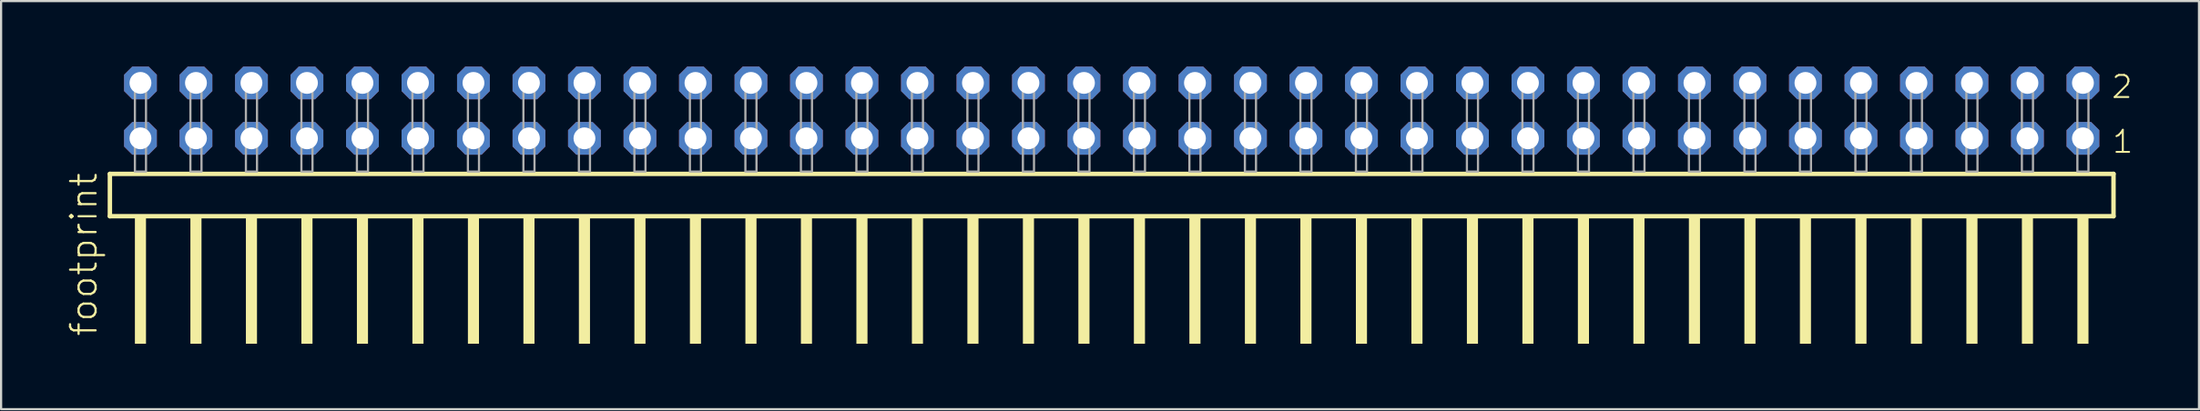
<source format=kicad_pcb>
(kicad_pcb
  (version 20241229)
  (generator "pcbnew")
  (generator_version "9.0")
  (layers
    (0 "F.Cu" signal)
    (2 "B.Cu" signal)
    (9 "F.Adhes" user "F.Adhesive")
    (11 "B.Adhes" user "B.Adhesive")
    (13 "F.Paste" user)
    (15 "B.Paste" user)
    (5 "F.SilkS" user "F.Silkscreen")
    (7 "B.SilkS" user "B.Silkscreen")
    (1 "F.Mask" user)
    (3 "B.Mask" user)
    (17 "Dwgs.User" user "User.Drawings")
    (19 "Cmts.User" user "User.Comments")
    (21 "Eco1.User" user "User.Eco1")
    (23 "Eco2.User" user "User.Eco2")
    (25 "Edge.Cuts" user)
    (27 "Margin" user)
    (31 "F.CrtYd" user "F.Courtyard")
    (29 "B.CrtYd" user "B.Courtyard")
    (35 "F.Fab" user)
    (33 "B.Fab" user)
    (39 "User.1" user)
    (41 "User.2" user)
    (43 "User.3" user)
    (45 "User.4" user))
  (footprint "footprint"
    (layer "F.Cu")
    (at 47.828 4.814)
    (property "Reference" "footprint" (at -46.355 7.62 90) (layer "F.SilkS") (effects (font (size 1.168 1.168) (thickness 0.102)) (justify left bottom)))
    (fp_line (start -45.849 0.106) (end -45.849 2.046) (stroke (width 0.203) (type solid)) (layer "F.SilkS"))
    (fp_line (start -45.849 2.046) (end 45.849 2.046) (stroke (width 0.203) (type solid)) (layer "F.SilkS"))
    (fp_line (start 45.849 0.106) (end -45.849 0.106) (stroke (width 0.203) (type solid)) (layer "F.SilkS"))
    (fp_line (start 45.849 2.046) (end 45.849 0.106) (stroke (width 0.203) (type solid)) (layer "F.SilkS"))
    (fp_poly (pts (xy -44.704 7.89) (xy -44.196 7.89) (xy -44.196 2.04) (xy -44.704 2.04)) (stroke (width 0) (type solid)) (fill yes) (layer "F.SilkS"))
    (fp_poly (pts (xy -42.164 7.89) (xy -41.656 7.89) (xy -41.656 2.04) (xy -42.164 2.04)) (stroke (width 0) (type solid)) (fill yes) (layer "F.SilkS"))
    (fp_poly (pts (xy -39.624 7.89) (xy -39.116 7.89) (xy -39.116 2.04) (xy -39.624 2.04)) (stroke (width 0) (type solid)) (fill yes) (layer "F.SilkS"))
    (fp_poly (pts (xy -37.084 7.89) (xy -36.576 7.89) (xy -36.576 2.04) (xy -37.084 2.04)) (stroke (width 0) (type solid)) (fill yes) (layer "F.SilkS"))
    (fp_poly (pts (xy -34.544 7.89) (xy -34.036 7.89) (xy -34.036 2.04) (xy -34.544 2.04)) (stroke (width 0) (type solid)) (fill yes) (layer "F.SilkS"))
    (fp_poly (pts (xy -32.004 7.89) (xy -31.496 7.89) (xy -31.496 2.04) (xy -32.004 2.04)) (stroke (width 0) (type solid)) (fill yes) (layer "F.SilkS"))
    (fp_poly (pts (xy -29.464 7.89) (xy -28.956 7.89) (xy -28.956 2.04) (xy -29.464 2.04)) (stroke (width 0) (type solid)) (fill yes) (layer "F.SilkS"))
    (fp_poly (pts (xy -26.924 7.89) (xy -26.416 7.89) (xy -26.416 2.04) (xy -26.924 2.04)) (stroke (width 0) (type solid)) (fill yes) (layer "F.SilkS"))
    (fp_poly (pts (xy -24.384 7.89) (xy -23.876 7.89) (xy -23.876 2.04) (xy -24.384 2.04)) (stroke (width 0) (type solid)) (fill yes) (layer "F.SilkS"))
    (fp_poly (pts (xy -21.844 7.89) (xy -21.336 7.89) (xy -21.336 2.04) (xy -21.844 2.04)) (stroke (width 0) (type solid)) (fill yes) (layer "F.SilkS"))
    (fp_poly (pts (xy -19.304 7.89) (xy -18.796 7.89) (xy -18.796 2.04) (xy -19.304 2.04)) (stroke (width 0) (type solid)) (fill yes) (layer "F.SilkS"))
    (fp_poly (pts (xy -16.764 7.89) (xy -16.256 7.89) (xy -16.256 2.04) (xy -16.764 2.04)) (stroke (width 0) (type solid)) (fill yes) (layer "F.SilkS"))
    (fp_poly (pts (xy -14.224 7.89) (xy -13.716 7.89) (xy -13.716 2.04) (xy -14.224 2.04)) (stroke (width 0) (type solid)) (fill yes) (layer "F.SilkS"))
    (fp_poly (pts (xy -11.684 7.89) (xy -11.176 7.89) (xy -11.176 2.04) (xy -11.684 2.04)) (stroke (width 0) (type solid)) (fill yes) (layer "F.SilkS"))
    (fp_poly (pts (xy -9.144 7.89) (xy -8.636 7.89) (xy -8.636 2.04) (xy -9.144 2.04)) (stroke (width 0) (type solid)) (fill yes) (layer "F.SilkS"))
    (fp_poly (pts (xy -6.604 7.89) (xy -6.096 7.89) (xy -6.096 2.04) (xy -6.604 2.04)) (stroke (width 0) (type solid)) (fill yes) (layer "F.SilkS"))
    (fp_poly (pts (xy -4.064 7.89) (xy -3.556 7.89) (xy -3.556 2.04) (xy -4.064 2.04)) (stroke (width 0) (type solid)) (fill yes) (layer "F.SilkS"))
    (fp_poly (pts (xy -1.524 7.89) (xy -1.016 7.89) (xy -1.016 2.04) (xy -1.524 2.04)) (stroke (width 0) (type solid)) (fill yes) (layer "F.SilkS"))
    (fp_poly (pts (xy 1.016 7.89) (xy 1.524 7.89) (xy 1.524 2.04) (xy 1.016 2.04)) (stroke (width 0) (type solid)) (fill yes) (layer "F.SilkS"))
    (fp_poly (pts (xy 3.556 7.89) (xy 4.064 7.89) (xy 4.064 2.04) (xy 3.556 2.04)) (stroke (width 0) (type solid)) (fill yes) (layer "F.SilkS"))
    (fp_poly (pts (xy 6.096 7.89) (xy 6.604 7.89) (xy 6.604 2.04) (xy 6.096 2.04)) (stroke (width 0) (type solid)) (fill yes) (layer "F.SilkS"))
    (fp_poly (pts (xy 8.636 7.89) (xy 9.144 7.89) (xy 9.144 2.04) (xy 8.636 2.04)) (stroke (width 0) (type solid)) (fill yes) (layer "F.SilkS"))
    (fp_poly (pts (xy 11.176 7.89) (xy 11.684 7.89) (xy 11.684 2.04) (xy 11.176 2.04)) (stroke (width 0) (type solid)) (fill yes) (layer "F.SilkS"))
    (fp_poly (pts (xy 13.716 7.89) (xy 14.224 7.89) (xy 14.224 2.04) (xy 13.716 2.04)) (stroke (width 0) (type solid)) (fill yes) (layer "F.SilkS"))
    (fp_poly (pts (xy 16.256 7.89) (xy 16.764 7.89) (xy 16.764 2.04) (xy 16.256 2.04)) (stroke (width 0) (type solid)) (fill yes) (layer "F.SilkS"))
    (fp_poly (pts (xy 18.796 7.89) (xy 19.304 7.89) (xy 19.304 2.04) (xy 18.796 2.04)) (stroke (width 0) (type solid)) (fill yes) (layer "F.SilkS"))
    (fp_poly (pts (xy 21.336 7.89) (xy 21.844 7.89) (xy 21.844 2.04) (xy 21.336 2.04)) (stroke (width 0) (type solid)) (fill yes) (layer "F.SilkS"))
    (fp_poly (pts (xy 23.876 7.89) (xy 24.384 7.89) (xy 24.384 2.04) (xy 23.876 2.04)) (stroke (width 0) (type solid)) (fill yes) (layer "F.SilkS"))
    (fp_poly (pts (xy 26.416 7.89) (xy 26.924 7.89) (xy 26.924 2.04) (xy 26.416 2.04)) (stroke (width 0) (type solid)) (fill yes) (layer "F.SilkS"))
    (fp_poly (pts (xy 28.956 7.89) (xy 29.464 7.89) (xy 29.464 2.04) (xy 28.956 2.04)) (stroke (width 0) (type solid)) (fill yes) (layer "F.SilkS"))
    (fp_poly (pts (xy 31.496 7.89) (xy 32.004 7.89) (xy 32.004 2.04) (xy 31.496 2.04)) (stroke (width 0) (type solid)) (fill yes) (layer "F.SilkS"))
    (fp_poly (pts (xy 34.036 7.89) (xy 34.544 7.89) (xy 34.544 2.04) (xy 34.036 2.04)) (stroke (width 0) (type solid)) (fill yes) (layer "F.SilkS"))
    (fp_poly (pts (xy 36.576 7.89) (xy 37.084 7.89) (xy 37.084 2.04) (xy 36.576 2.04)) (stroke (width 0) (type solid)) (fill yes) (layer "F.SilkS"))
    (fp_poly (pts (xy 39.116 7.89) (xy 39.624 7.89) (xy 39.624 2.04) (xy 39.116 2.04)) (stroke (width 0) (type solid)) (fill yes) (layer "F.SilkS"))
    (fp_poly (pts (xy 41.656 7.89) (xy 42.164 7.89) (xy 42.164 2.04) (xy 41.656 2.04)) (stroke (width 0) (type solid)) (fill yes) (layer "F.SilkS"))
    (fp_poly (pts (xy 44.196 7.89) (xy 44.704 7.89) (xy 44.704 2.04) (xy 44.196 2.04)) (stroke (width 0) (type solid)) (fill yes) (layer "F.SilkS"))
    (fp_poly (pts (xy -44.704 0) (xy -44.196 0) (xy -44.196 -4.318) (xy -44.704 -4.318)) (stroke (width 0.1) (type solid)) (fill no) (layer "F.Fab"))
    (fp_poly (pts (xy -42.164 0) (xy -41.656 0) (xy -41.656 -4.318) (xy -42.164 -4.318)) (stroke (width 0.1) (type solid)) (fill no) (layer "F.Fab"))
    (fp_poly (pts (xy -39.624 0) (xy -39.116 0) (xy -39.116 -4.318) (xy -39.624 -4.318)) (stroke (width 0.1) (type solid)) (fill no) (layer "F.Fab"))
    (fp_poly (pts (xy -37.084 0) (xy -36.576 0) (xy -36.576 -4.318) (xy -37.084 -4.318)) (stroke (width 0.1) (type solid)) (fill no) (layer "F.Fab"))
    (fp_poly (pts (xy -34.544 0) (xy -34.036 0) (xy -34.036 -4.318) (xy -34.544 -4.318)) (stroke (width 0.1) (type solid)) (fill no) (layer "F.Fab"))
    (fp_poly (pts (xy -32.004 0) (xy -31.496 0) (xy -31.496 -4.318) (xy -32.004 -4.318)) (stroke (width 0.1) (type solid)) (fill no) (layer "F.Fab"))
    (fp_poly (pts (xy -29.464 0) (xy -28.956 0) (xy -28.956 -4.318) (xy -29.464 -4.318)) (stroke (width 0.1) (type solid)) (fill no) (layer "F.Fab"))
    (fp_poly (pts (xy -26.924 0) (xy -26.416 0) (xy -26.416 -4.318) (xy -26.924 -4.318)) (stroke (width 0.1) (type solid)) (fill no) (layer "F.Fab"))
    (fp_poly (pts (xy -24.384 0) (xy -23.876 0) (xy -23.876 -4.318) (xy -24.384 -4.318)) (stroke (width 0.1) (type solid)) (fill no) (layer "F.Fab"))
    (fp_poly (pts (xy -21.844 0) (xy -21.336 0) (xy -21.336 -4.318) (xy -21.844 -4.318)) (stroke (width 0.1) (type solid)) (fill no) (layer "F.Fab"))
    (fp_poly (pts (xy -19.304 0) (xy -18.796 0) (xy -18.796 -4.318) (xy -19.304 -4.318)) (stroke (width 0.1) (type solid)) (fill no) (layer "F.Fab"))
    (fp_poly (pts (xy -16.764 0) (xy -16.256 0) (xy -16.256 -4.318) (xy -16.764 -4.318)) (stroke (width 0.1) (type solid)) (fill no) (layer "F.Fab"))
    (fp_poly (pts (xy -14.224 0) (xy -13.716 0) (xy -13.716 -4.318) (xy -14.224 -4.318)) (stroke (width 0.1) (type solid)) (fill no) (layer "F.Fab"))
    (fp_poly (pts (xy -11.684 0) (xy -11.176 0) (xy -11.176 -4.318) (xy -11.684 -4.318)) (stroke (width 0.1) (type solid)) (fill no) (layer "F.Fab"))
    (fp_poly (pts (xy -9.144 0) (xy -8.636 0) (xy -8.636 -4.318) (xy -9.144 -4.318)) (stroke (width 0.1) (type solid)) (fill no) (layer "F.Fab"))
    (fp_poly (pts (xy -6.604 0) (xy -6.096 0) (xy -6.096 -4.318) (xy -6.604 -4.318)) (stroke (width 0.1) (type solid)) (fill no) (layer "F.Fab"))
    (fp_poly (pts (xy -4.064 0) (xy -3.556 0) (xy -3.556 -4.318) (xy -4.064 -4.318)) (stroke (width 0.1) (type solid)) (fill no) (layer "F.Fab"))
    (fp_poly (pts (xy -1.524 0) (xy -1.016 0) (xy -1.016 -4.318) (xy -1.524 -4.318)) (stroke (width 0.1) (type solid)) (fill no) (layer "F.Fab"))
    (fp_poly (pts (xy 1.016 0) (xy 1.524 0) (xy 1.524 -4.318) (xy 1.016 -4.318)) (stroke (width 0.1) (type solid)) (fill no) (layer "F.Fab"))
    (fp_poly (pts (xy 3.556 0) (xy 4.064 0) (xy 4.064 -4.318) (xy 3.556 -4.318)) (stroke (width 0.1) (type solid)) (fill no) (layer "F.Fab"))
    (fp_poly (pts (xy 6.096 0) (xy 6.604 0) (xy 6.604 -4.318) (xy 6.096 -4.318)) (stroke (width 0.1) (type solid)) (fill no) (layer "F.Fab"))
    (fp_poly (pts (xy 8.636 0) (xy 9.144 0) (xy 9.144 -4.318) (xy 8.636 -4.318)) (stroke (width 0.1) (type solid)) (fill no) (layer "F.Fab"))
    (fp_poly (pts (xy 11.176 0) (xy 11.684 0) (xy 11.684 -4.318) (xy 11.176 -4.318)) (stroke (width 0.1) (type solid)) (fill no) (layer "F.Fab"))
    (fp_poly (pts (xy 13.716 0) (xy 14.224 0) (xy 14.224 -4.318) (xy 13.716 -4.318)) (stroke (width 0.1) (type solid)) (fill no) (layer "F.Fab"))
    (fp_poly (pts (xy 16.256 0) (xy 16.764 0) (xy 16.764 -4.318) (xy 16.256 -4.318)) (stroke (width 0.1) (type solid)) (fill no) (layer "F.Fab"))
    (fp_poly (pts (xy 18.796 0) (xy 19.304 0) (xy 19.304 -4.318) (xy 18.796 -4.318)) (stroke (width 0.1) (type solid)) (fill no) (layer "F.Fab"))
    (fp_poly (pts (xy 21.336 0) (xy 21.844 0) (xy 21.844 -4.318) (xy 21.336 -4.318)) (stroke (width 0.1) (type solid)) (fill no) (layer "F.Fab"))
    (fp_poly (pts (xy 23.876 0) (xy 24.384 0) (xy 24.384 -4.318) (xy 23.876 -4.318)) (stroke (width 0.1) (type solid)) (fill no) (layer "F.Fab"))
    (fp_poly (pts (xy 26.416 0) (xy 26.924 0) (xy 26.924 -4.318) (xy 26.416 -4.318)) (stroke (width 0.1) (type solid)) (fill no) (layer "F.Fab"))
    (fp_poly (pts (xy 28.956 0) (xy 29.464 0) (xy 29.464 -4.318) (xy 28.956 -4.318)) (stroke (width 0.1) (type solid)) (fill no) (layer "F.Fab"))
    (fp_poly (pts (xy 31.496 0) (xy 32.004 0) (xy 32.004 -4.318) (xy 31.496 -4.318)) (stroke (width 0.1) (type solid)) (fill no) (layer "F.Fab"))
    (fp_poly (pts (xy 34.036 0) (xy 34.544 0) (xy 34.544 -4.318) (xy 34.036 -4.318)) (stroke (width 0.1) (type solid)) (fill no) (layer "F.Fab"))
    (fp_poly (pts (xy 36.576 0) (xy 37.084 0) (xy 37.084 -4.318) (xy 36.576 -4.318)) (stroke (width 0.1) (type solid)) (fill no) (layer "F.Fab"))
    (fp_poly (pts (xy 39.116 0) (xy 39.624 0) (xy 39.624 -4.318) (xy 39.116 -4.318)) (stroke (width 0.1) (type solid)) (fill no) (layer "F.Fab"))
    (fp_poly (pts (xy 41.656 0) (xy 42.164 0) (xy 42.164 -4.318) (xy 41.656 -4.318)) (stroke (width 0.1) (type solid)) (fill no) (layer "F.Fab"))
    (fp_poly (pts (xy 44.196 0) (xy 44.704 0) (xy 44.704 -4.318) (xy 44.196 -4.318)) (stroke (width 0.1) (type solid)) (fill no) (layer "F.Fab"))
    (fp_text user "1" (at 45.735 -0.775 0) (layer "F.SilkS") (effects (font (size 1.012 1.012) (thickness 0.088)) (justify left bottom)))
    (fp_text user "2" (at 45.7 -3.29 0) (layer "F.SilkS") (effects (font (size 1.012 1.012) (thickness 0.088)) (justify left bottom)))
    (pad "1" thru_hole roundrect (at 44.45 -1.524 180) (size 1.5 1.5) (drill 1) (layers "*.Cu" "*.Mask") (roundrect_rratio 0.25) (chamfer_ratio 0.25) (chamfer top_left top_right bottom_left bottom_right))
    (pad "2" thru_hole roundrect (at 44.45 -4.064 180) (size 1.5 1.5) (drill 1) (layers "*.Cu" "*.Mask") (roundrect_rratio 0.25) (chamfer_ratio 0.25) (chamfer top_left top_right bottom_left bottom_right))
    (pad "3" thru_hole roundrect (at 41.91 -1.524 180) (size 1.5 1.5) (drill 1) (layers "*.Cu" "*.Mask") (roundrect_rratio 0.25) (chamfer_ratio 0.25) (chamfer top_left top_right bottom_left bottom_right))
    (pad "4" thru_hole roundrect (at 41.91 -4.064 180) (size 1.5 1.5) (drill 1) (layers "*.Cu" "*.Mask") (roundrect_rratio 0.25) (chamfer_ratio 0.25) (chamfer top_left top_right bottom_left bottom_right))
    (pad "5" thru_hole roundrect (at 39.37 -1.524 180) (size 1.5 1.5) (drill 1) (layers "*.Cu" "*.Mask") (roundrect_rratio 0.25) (chamfer_ratio 0.25) (chamfer top_left top_right bottom_left bottom_right))
    (pad "6" thru_hole roundrect (at 39.37 -4.064 180) (size 1.5 1.5) (drill 1) (layers "*.Cu" "*.Mask") (roundrect_rratio 0.25) (chamfer_ratio 0.25) (chamfer top_left top_right bottom_left bottom_right))
    (pad "7" thru_hole roundrect (at 36.83 -1.524 180) (size 1.5 1.5) (drill 1) (layers "*.Cu" "*.Mask") (roundrect_rratio 0.25) (chamfer_ratio 0.25) (chamfer top_left top_right bottom_left bottom_right))
    (pad "8" thru_hole roundrect (at 36.83 -4.064 180) (size 1.5 1.5) (drill 1) (layers "*.Cu" "*.Mask") (roundrect_rratio 0.25) (chamfer_ratio 0.25) (chamfer top_left top_right bottom_left bottom_right))
    (pad "9" thru_hole roundrect (at 34.29 -1.524 180) (size 1.5 1.5) (drill 1) (layers "*.Cu" "*.Mask") (roundrect_rratio 0.25) (chamfer_ratio 0.25) (chamfer top_left top_right bottom_left bottom_right))
    (pad "10" thru_hole roundrect (at 34.29 -4.064 180) (size 1.5 1.5) (drill 1) (layers "*.Cu" "*.Mask") (roundrect_rratio 0.25) (chamfer_ratio 0.25) (chamfer top_left top_right bottom_left bottom_right))
    (pad "11" thru_hole roundrect (at 31.75 -1.524 180) (size 1.5 1.5) (drill 1) (layers "*.Cu" "*.Mask") (roundrect_rratio 0.25) (chamfer_ratio 0.25) (chamfer top_left top_right bottom_left bottom_right))
    (pad "12" thru_hole roundrect (at 31.75 -4.064 180) (size 1.5 1.5) (drill 1) (layers "*.Cu" "*.Mask") (roundrect_rratio 0.25) (chamfer_ratio 0.25) (chamfer top_left top_right bottom_left bottom_right))
    (pad "13" thru_hole roundrect (at 29.21 -1.524 180) (size 1.5 1.5) (drill 1) (layers "*.Cu" "*.Mask") (roundrect_rratio 0.25) (chamfer_ratio 0.25) (chamfer top_left top_right bottom_left bottom_right))
    (pad "14" thru_hole roundrect (at 29.21 -4.064 180) (size 1.5 1.5) (drill 1) (layers "*.Cu" "*.Mask") (roundrect_rratio 0.25) (chamfer_ratio 0.25) (chamfer top_left top_right bottom_left bottom_right))
    (pad "15" thru_hole roundrect (at 26.67 -1.524 180) (size 1.5 1.5) (drill 1) (layers "*.Cu" "*.Mask") (roundrect_rratio 0.25) (chamfer_ratio 0.25) (chamfer top_left top_right bottom_left bottom_right))
    (pad "16" thru_hole roundrect (at 26.67 -4.064 180) (size 1.5 1.5) (drill 1) (layers "*.Cu" "*.Mask") (roundrect_rratio 0.25) (chamfer_ratio 0.25) (chamfer top_left top_right bottom_left bottom_right))
    (pad "17" thru_hole roundrect (at 24.13 -1.524 180) (size 1.5 1.5) (drill 1) (layers "*.Cu" "*.Mask") (roundrect_rratio 0.25) (chamfer_ratio 0.25) (chamfer top_left top_right bottom_left bottom_right))
    (pad "18" thru_hole roundrect (at 24.13 -4.064 180) (size 1.5 1.5) (drill 1) (layers "*.Cu" "*.Mask") (roundrect_rratio 0.25) (chamfer_ratio 0.25) (chamfer top_left top_right bottom_left bottom_right))
    (pad "19" thru_hole roundrect (at 21.59 -1.524 180) (size 1.5 1.5) (drill 1) (layers "*.Cu" "*.Mask") (roundrect_rratio 0.25) (chamfer_ratio 0.25) (chamfer top_left top_right bottom_left bottom_right))
    (pad "20" thru_hole roundrect (at 21.59 -4.064 180) (size 1.5 1.5) (drill 1) (layers "*.Cu" "*.Mask") (roundrect_rratio 0.25) (chamfer_ratio 0.25) (chamfer top_left top_right bottom_left bottom_right))
    (pad "21" thru_hole roundrect (at 19.05 -1.524 180) (size 1.5 1.5) (drill 1) (layers "*.Cu" "*.Mask") (roundrect_rratio 0.25) (chamfer_ratio 0.25) (chamfer top_left top_right bottom_left bottom_right))
    (pad "22" thru_hole roundrect (at 19.05 -4.064 180) (size 1.5 1.5) (drill 1) (layers "*.Cu" "*.Mask") (roundrect_rratio 0.25) (chamfer_ratio 0.25) (chamfer top_left top_right bottom_left bottom_right))
    (pad "23" thru_hole roundrect (at 16.51 -1.524 180) (size 1.5 1.5) (drill 1) (layers "*.Cu" "*.Mask") (roundrect_rratio 0.25) (chamfer_ratio 0.25) (chamfer top_left top_right bottom_left bottom_right))
    (pad "24" thru_hole roundrect (at 16.51 -4.064 180) (size 1.5 1.5) (drill 1) (layers "*.Cu" "*.Mask") (roundrect_rratio 0.25) (chamfer_ratio 0.25) (chamfer top_left top_right bottom_left bottom_right))
    (pad "25" thru_hole roundrect (at 13.97 -1.524 180) (size 1.5 1.5) (drill 1) (layers "*.Cu" "*.Mask") (roundrect_rratio 0.25) (chamfer_ratio 0.25) (chamfer top_left top_right bottom_left bottom_right))
    (pad "26" thru_hole roundrect (at 13.97 -4.064 180) (size 1.5 1.5) (drill 1) (layers "*.Cu" "*.Mask") (roundrect_rratio 0.25) (chamfer_ratio 0.25) (chamfer top_left top_right bottom_left bottom_right))
    (pad "27" thru_hole roundrect (at 11.43 -1.524 180) (size 1.5 1.5) (drill 1) (layers "*.Cu" "*.Mask") (roundrect_rratio 0.25) (chamfer_ratio 0.25) (chamfer top_left top_right bottom_left bottom_right))
    (pad "28" thru_hole roundrect (at 11.43 -4.064 180) (size 1.5 1.5) (drill 1) (layers "*.Cu" "*.Mask") (roundrect_rratio 0.25) (chamfer_ratio 0.25) (chamfer top_left top_right bottom_left bottom_right))
    (pad "29" thru_hole roundrect (at 8.89 -1.524 180) (size 1.5 1.5) (drill 1) (layers "*.Cu" "*.Mask") (roundrect_rratio 0.25) (chamfer_ratio 0.25) (chamfer top_left top_right bottom_left bottom_right))
    (pad "30" thru_hole roundrect (at 8.89 -4.064 180) (size 1.5 1.5) (drill 1) (layers "*.Cu" "*.Mask") (roundrect_rratio 0.25) (chamfer_ratio 0.25) (chamfer top_left top_right bottom_left bottom_right))
    (pad "31" thru_hole roundrect (at 6.35 -1.524 180) (size 1.5 1.5) (drill 1) (layers "*.Cu" "*.Mask") (roundrect_rratio 0.25) (chamfer_ratio 0.25) (chamfer top_left top_right bottom_left bottom_right))
    (pad "32" thru_hole roundrect (at 6.35 -4.064 180) (size 1.5 1.5) (drill 1) (layers "*.Cu" "*.Mask") (roundrect_rratio 0.25) (chamfer_ratio 0.25) (chamfer top_left top_right bottom_left bottom_right))
    (pad "33" thru_hole roundrect (at 3.81 -1.524 180) (size 1.5 1.5) (drill 1) (layers "*.Cu" "*.Mask") (roundrect_rratio 0.25) (chamfer_ratio 0.25) (chamfer top_left top_right bottom_left bottom_right))
    (pad "34" thru_hole roundrect (at 3.81 -4.064 180) (size 1.5 1.5) (drill 1) (layers "*.Cu" "*.Mask") (roundrect_rratio 0.25) (chamfer_ratio 0.25) (chamfer top_left top_right bottom_left bottom_right))
    (pad "35" thru_hole roundrect (at 1.27 -1.524 180) (size 1.5 1.5) (drill 1) (layers "*.Cu" "*.Mask") (roundrect_rratio 0.25) (chamfer_ratio 0.25) (chamfer top_left top_right bottom_left bottom_right))
    (pad "36" thru_hole roundrect (at 1.27 -4.064 180) (size 1.5 1.5) (drill 1) (layers "*.Cu" "*.Mask") (roundrect_rratio 0.25) (chamfer_ratio 0.25) (chamfer top_left top_right bottom_left bottom_right))
    (pad "37" thru_hole roundrect (at -1.27 -1.524 180) (size 1.5 1.5) (drill 1) (layers "*.Cu" "*.Mask") (roundrect_rratio 0.25) (chamfer_ratio 0.25) (chamfer top_left top_right bottom_left bottom_right))
    (pad "38" thru_hole roundrect (at -1.27 -4.064 180) (size 1.5 1.5) (drill 1) (layers "*.Cu" "*.Mask") (roundrect_rratio 0.25) (chamfer_ratio 0.25) (chamfer top_left top_right bottom_left bottom_right))
    (pad "39" thru_hole roundrect (at -3.81 -1.524 180) (size 1.5 1.5) (drill 1) (layers "*.Cu" "*.Mask") (roundrect_rratio 0.25) (chamfer_ratio 0.25) (chamfer top_left top_right bottom_left bottom_right))
    (pad "40" thru_hole roundrect (at -3.81 -4.064 180) (size 1.5 1.5) (drill 1) (layers "*.Cu" "*.Mask") (roundrect_rratio 0.25) (chamfer_ratio 0.25) (chamfer top_left top_right bottom_left bottom_right))
    (pad "41" thru_hole roundrect (at -6.35 -1.524 180) (size 1.5 1.5) (drill 1) (layers "*.Cu" "*.Mask") (roundrect_rratio 0.25) (chamfer_ratio 0.25) (chamfer top_left top_right bottom_left bottom_right))
    (pad "42" thru_hole roundrect (at -6.35 -4.064 180) (size 1.5 1.5) (drill 1) (layers "*.Cu" "*.Mask") (roundrect_rratio 0.25) (chamfer_ratio 0.25) (chamfer top_left top_right bottom_left bottom_right))
    (pad "43" thru_hole roundrect (at -8.89 -1.524 180) (size 1.5 1.5) (drill 1) (layers "*.Cu" "*.Mask") (roundrect_rratio 0.25) (chamfer_ratio 0.25) (chamfer top_left top_right bottom_left bottom_right))
    (pad "44" thru_hole roundrect (at -8.89 -4.064 180) (size 1.5 1.5) (drill 1) (layers "*.Cu" "*.Mask") (roundrect_rratio 0.25) (chamfer_ratio 0.25) (chamfer top_left top_right bottom_left bottom_right))
    (pad "45" thru_hole roundrect (at -11.43 -1.524 180) (size 1.5 1.5) (drill 1) (layers "*.Cu" "*.Mask") (roundrect_rratio 0.25) (chamfer_ratio 0.25) (chamfer top_left top_right bottom_left bottom_right))
    (pad "46" thru_hole roundrect (at -11.43 -4.064 180) (size 1.5 1.5) (drill 1) (layers "*.Cu" "*.Mask") (roundrect_rratio 0.25) (chamfer_ratio 0.25) (chamfer top_left top_right bottom_left bottom_right))
    (pad "47" thru_hole roundrect (at -13.97 -1.524 180) (size 1.5 1.5) (drill 1) (layers "*.Cu" "*.Mask") (roundrect_rratio 0.25) (chamfer_ratio 0.25) (chamfer top_left top_right bottom_left bottom_right))
    (pad "48" thru_hole roundrect (at -13.97 -4.064 180) (size 1.5 1.5) (drill 1) (layers "*.Cu" "*.Mask") (roundrect_rratio 0.25) (chamfer_ratio 0.25) (chamfer top_left top_right bottom_left bottom_right))
    (pad "49" thru_hole roundrect (at -16.51 -1.524 180) (size 1.5 1.5) (drill 1) (layers "*.Cu" "*.Mask") (roundrect_rratio 0.25) (chamfer_ratio 0.25) (chamfer top_left top_right bottom_left bottom_right))
    (pad "50" thru_hole roundrect (at -16.51 -4.064 180) (size 1.5 1.5) (drill 1) (layers "*.Cu" "*.Mask") (roundrect_rratio 0.25) (chamfer_ratio 0.25) (chamfer top_left top_right bottom_left bottom_right))
    (pad "51" thru_hole roundrect (at -19.05 -1.524 180) (size 1.5 1.5) (drill 1) (layers "*.Cu" "*.Mask") (roundrect_rratio 0.25) (chamfer_ratio 0.25) (chamfer top_left top_right bottom_left bottom_right))
    (pad "52" thru_hole roundrect (at -19.05 -4.064 180) (size 1.5 1.5) (drill 1) (layers "*.Cu" "*.Mask") (roundrect_rratio 0.25) (chamfer_ratio 0.25) (chamfer top_left top_right bottom_left bottom_right))
    (pad "53" thru_hole roundrect (at -21.59 -1.524 180) (size 1.5 1.5) (drill 1) (layers "*.Cu" "*.Mask") (roundrect_rratio 0.25) (chamfer_ratio 0.25) (chamfer top_left top_right bottom_left bottom_right))
    (pad "54" thru_hole roundrect (at -21.59 -4.064 180) (size 1.5 1.5) (drill 1) (layers "*.Cu" "*.Mask") (roundrect_rratio 0.25) (chamfer_ratio 0.25) (chamfer top_left top_right bottom_left bottom_right))
    (pad "55" thru_hole roundrect (at -24.13 -1.524 180) (size 1.5 1.5) (drill 1) (layers "*.Cu" "*.Mask") (roundrect_rratio 0.25) (chamfer_ratio 0.25) (chamfer top_left top_right bottom_left bottom_right))
    (pad "56" thru_hole roundrect (at -24.13 -4.064 180) (size 1.5 1.5) (drill 1) (layers "*.Cu" "*.Mask") (roundrect_rratio 0.25) (chamfer_ratio 0.25) (chamfer top_left top_right bottom_left bottom_right))
    (pad "57" thru_hole roundrect (at -26.67 -1.524 180) (size 1.5 1.5) (drill 1) (layers "*.Cu" "*.Mask") (roundrect_rratio 0.25) (chamfer_ratio 0.25) (chamfer top_left top_right bottom_left bottom_right))
    (pad "58" thru_hole roundrect (at -26.67 -4.064 180) (size 1.5 1.5) (drill 1) (layers "*.Cu" "*.Mask") (roundrect_rratio 0.25) (chamfer_ratio 0.25) (chamfer top_left top_right bottom_left bottom_right))
    (pad "59" thru_hole roundrect (at -29.21 -1.524 180) (size 1.5 1.5) (drill 1) (layers "*.Cu" "*.Mask") (roundrect_rratio 0.25) (chamfer_ratio 0.25) (chamfer top_left top_right bottom_left bottom_right))
    (pad "60" thru_hole roundrect (at -29.21 -4.064 180) (size 1.5 1.5) (drill 1) (layers "*.Cu" "*.Mask") (roundrect_rratio 0.25) (chamfer_ratio 0.25) (chamfer top_left top_right bottom_left bottom_right))
    (pad "61" thru_hole roundrect (at -31.75 -1.524 180) (size 1.5 1.5) (drill 1) (layers "*.Cu" "*.Mask") (roundrect_rratio 0.25) (chamfer_ratio 0.25) (chamfer top_left top_right bottom_left bottom_right))
    (pad "62" thru_hole roundrect (at -31.75 -4.064 180) (size 1.5 1.5) (drill 1) (layers "*.Cu" "*.Mask") (roundrect_rratio 0.25) (chamfer_ratio 0.25) (chamfer top_left top_right bottom_left bottom_right))
    (pad "63" thru_hole roundrect (at -34.29 -1.524 180) (size 1.5 1.5) (drill 1) (layers "*.Cu" "*.Mask") (roundrect_rratio 0.25) (chamfer_ratio 0.25) (chamfer top_left top_right bottom_left bottom_right))
    (pad "64" thru_hole roundrect (at -34.29 -4.064 180) (size 1.5 1.5) (drill 1) (layers "*.Cu" "*.Mask") (roundrect_rratio 0.25) (chamfer_ratio 0.25) (chamfer top_left top_right bottom_left bottom_right))
    (pad "65" thru_hole roundrect (at -36.83 -1.524 180) (size 1.5 1.5) (drill 1) (layers "*.Cu" "*.Mask") (roundrect_rratio 0.25) (chamfer_ratio 0.25) (chamfer top_left top_right bottom_left bottom_right))
    (pad "66" thru_hole roundrect (at -36.83 -4.064 180) (size 1.5 1.5) (drill 1) (layers "*.Cu" "*.Mask") (roundrect_rratio 0.25) (chamfer_ratio 0.25) (chamfer top_left top_right bottom_left bottom_right))
    (pad "67" thru_hole roundrect (at -39.37 -1.524 180) (size 1.5 1.5) (drill 1) (layers "*.Cu" "*.Mask") (roundrect_rratio 0.25) (chamfer_ratio 0.25) (chamfer top_left top_right bottom_left bottom_right))
    (pad "68" thru_hole roundrect (at -39.37 -4.064 180) (size 1.5 1.5) (drill 1) (layers "*.Cu" "*.Mask") (roundrect_rratio 0.25) (chamfer_ratio 0.25) (chamfer top_left top_right bottom_left bottom_right))
    (pad "69" thru_hole roundrect (at -41.91 -1.524 180) (size 1.5 1.5) (drill 1) (layers "*.Cu" "*.Mask") (roundrect_rratio 0.25) (chamfer_ratio 0.25) (chamfer top_left top_right bottom_left bottom_right))
    (pad "70" thru_hole roundrect (at -41.91 -4.064 180) (size 1.5 1.5) (drill 1) (layers "*.Cu" "*.Mask") (roundrect_rratio 0.25) (chamfer_ratio 0.25) (chamfer top_left top_right bottom_left bottom_right))
    (pad "71" thru_hole roundrect (at -44.45 -1.524 180) (size 1.5 1.5) (drill 1) (layers "*.Cu" "*.Mask") (roundrect_rratio 0.25) (chamfer_ratio 0.25) (chamfer top_left top_right bottom_left bottom_right))
    (pad "72" thru_hole roundrect (at -44.45 -4.064 180) (size 1.5 1.5) (drill 1) (layers "*.Cu" "*.Mask") (roundrect_rratio 0.25) (chamfer_ratio 0.25) (chamfer top_left top_right bottom_left bottom_right)))
  (gr_rect
    (start -3 -3)
    (end 97.589 15.704)
    (stroke (width 0.1) (type default))
    (fill no)
    (layer "Edge.Cuts")))
</source>
